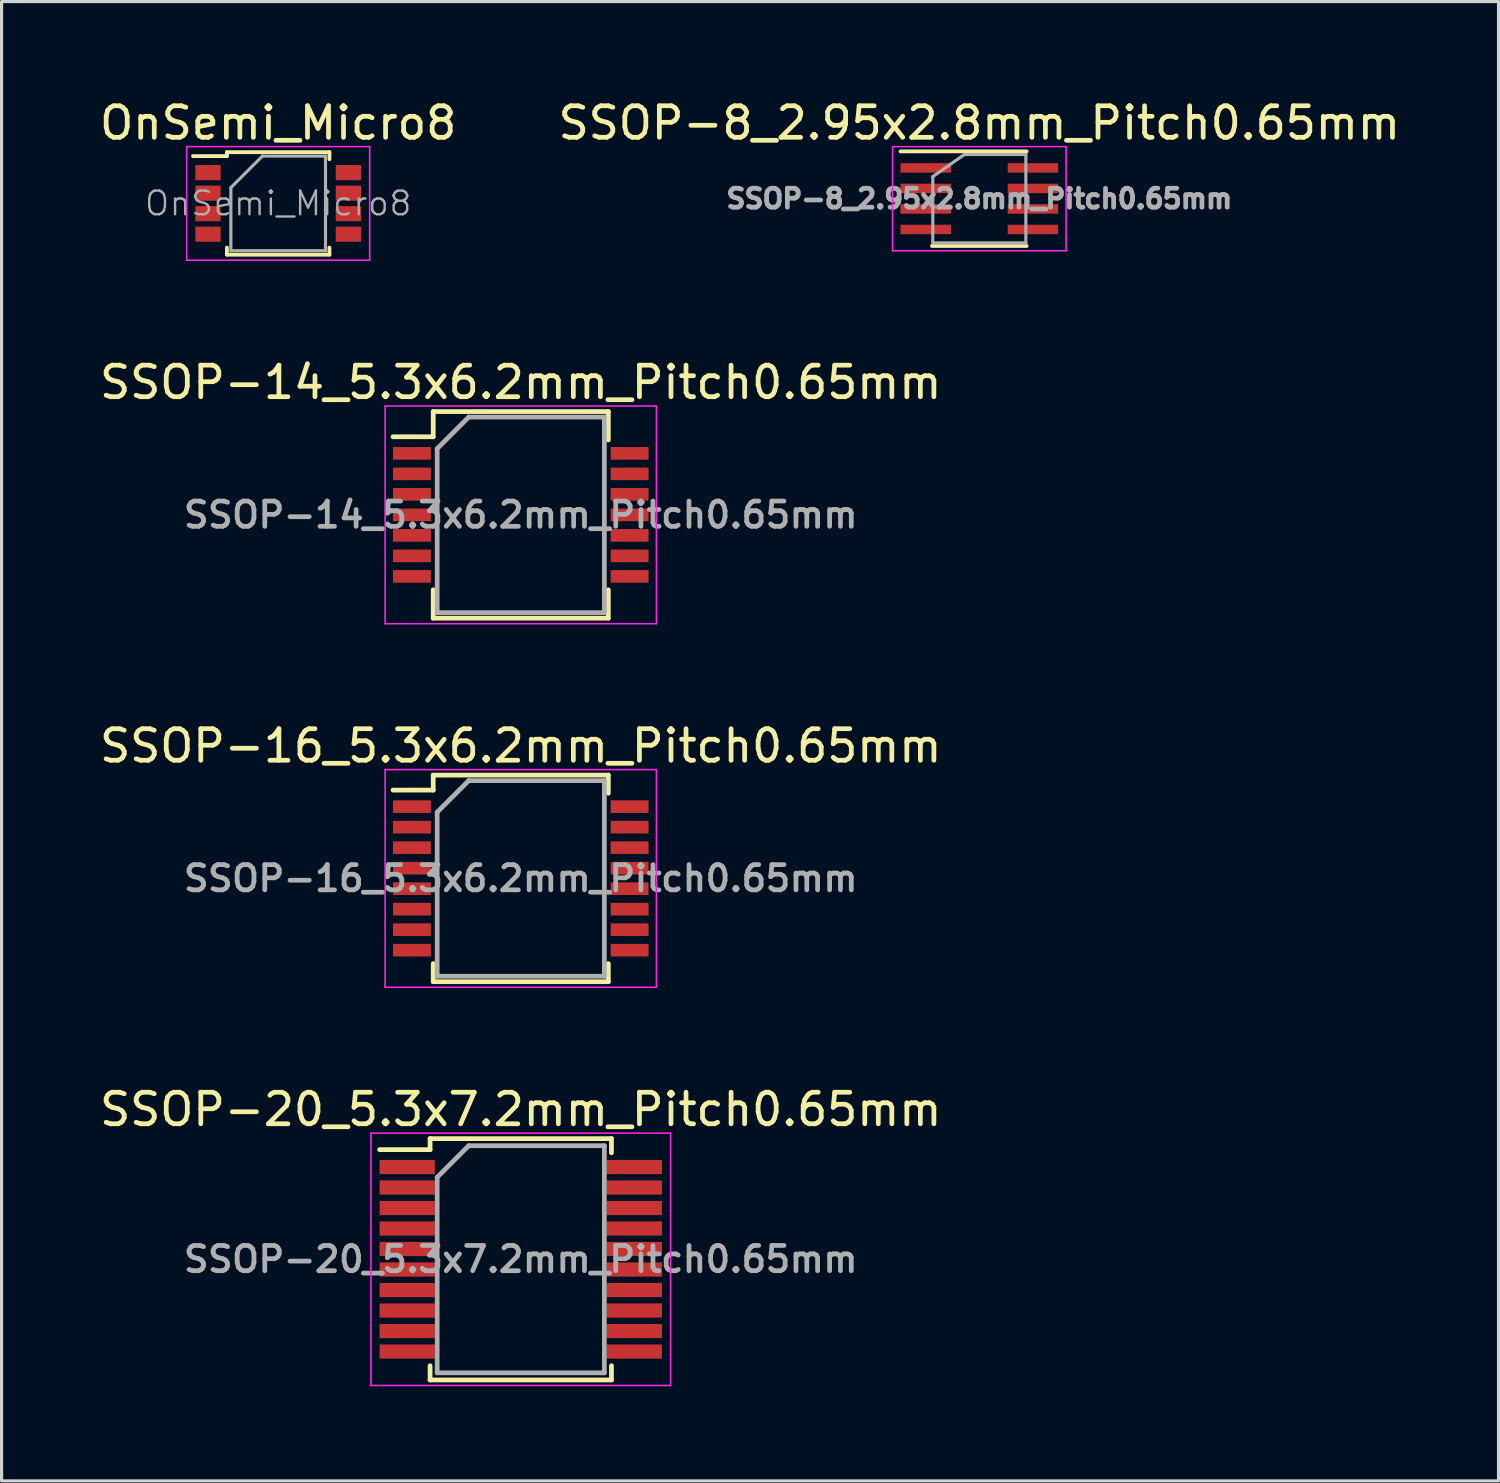
<source format=kicad_pcb>
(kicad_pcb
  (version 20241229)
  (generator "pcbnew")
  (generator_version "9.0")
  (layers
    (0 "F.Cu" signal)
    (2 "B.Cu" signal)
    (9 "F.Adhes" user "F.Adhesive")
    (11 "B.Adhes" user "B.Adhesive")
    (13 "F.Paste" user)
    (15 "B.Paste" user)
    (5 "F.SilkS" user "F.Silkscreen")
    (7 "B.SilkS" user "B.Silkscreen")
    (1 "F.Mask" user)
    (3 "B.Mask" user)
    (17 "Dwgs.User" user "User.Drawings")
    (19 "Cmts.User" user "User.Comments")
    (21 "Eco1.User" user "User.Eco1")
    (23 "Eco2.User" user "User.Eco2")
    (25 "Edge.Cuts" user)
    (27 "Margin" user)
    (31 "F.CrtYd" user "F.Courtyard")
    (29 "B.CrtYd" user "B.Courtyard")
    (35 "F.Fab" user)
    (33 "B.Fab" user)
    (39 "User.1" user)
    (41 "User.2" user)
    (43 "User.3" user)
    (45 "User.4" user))
  (footprint "SSOP-14_5.3x6.2mm_Pitch0.65mm"
    (layer "F.Cu")
    (at 13.458 13.271)
    (property "Reference" "SSOP-14_5.3x6.2mm_Pitch0.65mm" (at 0 -4.2 0) (layer "F.SilkS") (effects (font (size 1 1) (thickness 0.15))))
    (attr smd)
    (fp_line (start -2.775 -3.275) (end -2.775 -2.475) (stroke (width 0.15) (type solid)) (layer "F.SilkS"))
    (fp_line (start -2.775 -3.275) (end 2.775 -3.275) (stroke (width 0.15) (type solid)) (layer "F.SilkS"))
    (fp_line (start -2.775 -2.475) (end -4.05 -2.475) (stroke (width 0.15) (type solid)) (layer "F.SilkS"))
    (fp_line (start -2.775 3.275) (end -2.775 2.375) (stroke (width 0.15) (type solid)) (layer "F.SilkS"))
    (fp_line (start -2.775 3.275) (end 2.775 3.275) (stroke (width 0.15) (type solid)) (layer "F.SilkS"))
    (fp_line (start 2.775 -3.275) (end 2.775 -2.375) (stroke (width 0.15) (type solid)) (layer "F.SilkS"))
    (fp_line (start 2.775 3.275) (end 2.775 2.375) (stroke (width 0.15) (type solid)) (layer "F.SilkS"))
    (fp_line (start -4.3 -3.45) (end -4.3 3.45) (stroke (width 0.05) (type solid)) (layer "F.CrtYd"))
    (fp_line (start -4.3 -3.45) (end 4.3 -3.45) (stroke (width 0.05) (type solid)) (layer "F.CrtYd"))
    (fp_line (start -4.3 3.45) (end 4.3 3.45) (stroke (width 0.05) (type solid)) (layer "F.CrtYd"))
    (fp_line (start 4.3 -3.45) (end 4.3 3.45) (stroke (width 0.05) (type solid)) (layer "F.CrtYd"))
    (fp_line (start -2.65 -2.1) (end -1.65 -3.1) (stroke (width 0.15) (type solid)) (layer "F.Fab"))
    (fp_line (start -2.65 3.1) (end -2.65 -2.1) (stroke (width 0.15) (type solid)) (layer "F.Fab"))
    (fp_line (start -1.65 -3.1) (end 2.65 -3.1) (stroke (width 0.15) (type solid)) (layer "F.Fab"))
    (fp_line (start 2.65 -3.1) (end 2.65 3.1) (stroke (width 0.15) (type solid)) (layer "F.Fab"))
    (fp_line (start 2.65 3.1) (end -2.65 3.1) (stroke (width 0.15) (type solid)) (layer "F.Fab"))
    (fp_text user "${REFERENCE}" (at 0 0 0) (layer "F.Fab") (effects (font (size 0.8 0.8) (thickness 0.15))))
    (pad "1" smd rect (at -3.45 -1.95) (size 1.2 0.4) (layers "F.Cu" "F.Mask" "F.Paste"))
    (pad "2" smd rect (at -3.45 -1.3) (size 1.2 0.4) (layers "F.Cu" "F.Mask" "F.Paste"))
    (pad "3" smd rect (at -3.45 -0.65) (size 1.2 0.4) (layers "F.Cu" "F.Mask" "F.Paste"))
    (pad "4" smd rect (at -3.45 0) (size 1.2 0.4) (layers "F.Cu" "F.Mask" "F.Paste"))
    (pad "5" smd rect (at -3.45 0.65) (size 1.2 0.4) (layers "F.Cu" "F.Mask" "F.Paste"))
    (pad "6" smd rect (at -3.45 1.3) (size 1.2 0.4) (layers "F.Cu" "F.Mask" "F.Paste"))
    (pad "7" smd rect (at -3.45 1.95) (size 1.2 0.4) (layers "F.Cu" "F.Mask" "F.Paste"))
    (pad "8" smd rect (at 3.45 1.95) (size 1.2 0.4) (layers "F.Cu" "F.Mask" "F.Paste"))
    (pad "9" smd rect (at 3.45 1.3) (size 1.2 0.4) (layers "F.Cu" "F.Mask" "F.Paste"))
    (pad "10" smd rect (at 3.45 0.65) (size 1.2 0.4) (layers "F.Cu" "F.Mask" "F.Paste"))
    (pad "11" smd rect (at 3.45 0) (size 1.2 0.4) (layers "F.Cu" "F.Mask" "F.Paste"))
    (pad "12" smd rect (at 3.45 -0.65) (size 1.2 0.4) (layers "F.Cu" "F.Mask" "F.Paste"))
    (pad "13" smd rect (at 3.45 -1.3) (size 1.2 0.4) (layers "F.Cu" "F.Mask" "F.Paste"))
    (pad "14" smd rect (at 3.45 -1.95) (size 1.2 0.4) (layers "F.Cu" "F.Mask" "F.Paste")))
  (footprint "OnSemi_Micro8"
    (layer "F.Cu")
    (at 5.768 3.398)
    (property "Reference" "OnSemi_Micro8" (at 0 -2.55 0) (layer "F.SilkS") (effects (font (size 1 1) (thickness 0.15))))
    (attr smd)
    (fp_line (start -1.625 -1.625) (end -1.625 -1.5) (stroke (width 0.12) (type solid)) (layer "F.SilkS"))
    (fp_line (start -1.625 -1.625) (end 1.625 -1.625) (stroke (width 0.12) (type solid)) (layer "F.SilkS"))
    (fp_line (start -1.625 -1.5) (end -2.7 -1.5) (stroke (width 0.12) (type solid)) (layer "F.SilkS"))
    (fp_line (start -1.625 1.625) (end -1.625 1.4) (stroke (width 0.12) (type solid)) (layer "F.SilkS"))
    (fp_line (start -1.625 1.625) (end 1.625 1.625) (stroke (width 0.12) (type solid)) (layer "F.SilkS"))
    (fp_line (start 1.625 -1.625) (end 1.625 -1.4) (stroke (width 0.12) (type solid)) (layer "F.SilkS"))
    (fp_line (start 1.625 1.625) (end 1.625 1.4) (stroke (width 0.12) (type solid)) (layer "F.SilkS"))
    (fp_line (start -2.9 -1.8) (end -2.9 1.8) (stroke (width 0.05) (type solid)) (layer "F.CrtYd"))
    (fp_line (start -2.9 -1.8) (end 2.9 -1.8) (stroke (width 0.05) (type solid)) (layer "F.CrtYd"))
    (fp_line (start -2.9 1.8) (end 2.9 1.8) (stroke (width 0.05) (type solid)) (layer "F.CrtYd"))
    (fp_line (start 2.9 -1.8) (end 2.9 1.8) (stroke (width 0.05) (type solid)) (layer "F.CrtYd"))
    (fp_line (start -1.5 -0.5) (end -0.5 -1.5) (stroke (width 0.1) (type solid)) (layer "F.Fab"))
    (fp_line (start -1.5 1.5) (end -1.5 -0.5) (stroke (width 0.1) (type solid)) (layer "F.Fab"))
    (fp_line (start -0.5 -1.5) (end 1.5 -1.5) (stroke (width 0.1) (type solid)) (layer "F.Fab"))
    (fp_line (start 1.5 -1.5) (end 1.5 1.5) (stroke (width 0.1) (type solid)) (layer "F.Fab"))
    (fp_line (start 1.5 1.5) (end -1.5 1.5) (stroke (width 0.1) (type solid)) (layer "F.Fab"))
    (fp_text user "${REFERENCE}" (at 0 0 0) (layer "F.Fab") (effects (font (size 0.75 0.75) (thickness 0.075))))
    (pad "1" smd rect (at -2.225 -0.975) (size 0.8 0.48) (layers "F.Cu" "F.Mask" "F.Paste"))
    (pad "2" smd rect (at -2.225 -0.325) (size 0.8 0.48) (layers "F.Cu" "F.Mask" "F.Paste"))
    (pad "3" smd rect (at -2.225 0.325) (size 0.8 0.48) (layers "F.Cu" "F.Mask" "F.Paste"))
    (pad "4" smd rect (at -2.225 0.975) (size 0.8 0.48) (layers "F.Cu" "F.Mask" "F.Paste"))
    (pad "5" smd rect (at 2.225 0.975) (size 0.8 0.48) (layers "F.Cu" "F.Mask" "F.Paste"))
    (pad "6" smd rect (at 2.225 0.325) (size 0.8 0.48) (layers "F.Cu" "F.Mask" "F.Paste"))
    (pad "7" smd rect (at 2.225 -0.325) (size 0.8 0.48) (layers "F.Cu" "F.Mask" "F.Paste"))
    (pad "8" smd rect (at 2.225 -0.975) (size 0.8 0.48) (layers "F.Cu" "F.Mask" "F.Paste")))
  (footprint "SSOP-16_5.3x6.2mm_Pitch0.65mm"
    (layer "F.Cu")
    (at 13.458 24.795)
    (property "Reference" "SSOP-16_5.3x6.2mm_Pitch0.65mm" (at 0 -4.2 0) (layer "F.SilkS") (effects (font (size 1 1) (thickness 0.15))))
    (attr smd)
    (fp_line (start -2.775 -3.275) (end -2.775 -2.8) (stroke (width 0.15) (type solid)) (layer "F.SilkS"))
    (fp_line (start -2.775 -3.275) (end 2.775 -3.275) (stroke (width 0.15) (type solid)) (layer "F.SilkS"))
    (fp_line (start -2.775 -2.8) (end -4.05 -2.8) (stroke (width 0.15) (type solid)) (layer "F.SilkS"))
    (fp_line (start -2.775 3.275) (end -2.775 2.7) (stroke (width 0.15) (type solid)) (layer "F.SilkS"))
    (fp_line (start -2.775 3.275) (end 2.775 3.275) (stroke (width 0.15) (type solid)) (layer "F.SilkS"))
    (fp_line (start 2.775 -3.275) (end 2.775 -2.7) (stroke (width 0.15) (type solid)) (layer "F.SilkS"))
    (fp_line (start 2.775 3.275) (end 2.775 2.7) (stroke (width 0.15) (type solid)) (layer "F.SilkS"))
    (fp_line (start -4.3 -3.45) (end -4.3 3.45) (stroke (width 0.05) (type solid)) (layer "F.CrtYd"))
    (fp_line (start -4.3 -3.45) (end 4.3 -3.45) (stroke (width 0.05) (type solid)) (layer "F.CrtYd"))
    (fp_line (start -4.3 3.45) (end 4.3 3.45) (stroke (width 0.05) (type solid)) (layer "F.CrtYd"))
    (fp_line (start 4.3 -3.45) (end 4.3 3.45) (stroke (width 0.05) (type solid)) (layer "F.CrtYd"))
    (fp_line (start -2.65 -2.1) (end -1.65 -3.1) (stroke (width 0.15) (type solid)) (layer "F.Fab"))
    (fp_line (start -2.65 3.1) (end -2.65 -2.1) (stroke (width 0.15) (type solid)) (layer "F.Fab"))
    (fp_line (start -1.65 -3.1) (end 2.65 -3.1) (stroke (width 0.15) (type solid)) (layer "F.Fab"))
    (fp_line (start 2.65 -3.1) (end 2.65 3.1) (stroke (width 0.15) (type solid)) (layer "F.Fab"))
    (fp_line (start 2.65 3.1) (end -2.65 3.1) (stroke (width 0.15) (type solid)) (layer "F.Fab"))
    (fp_text user "${REFERENCE}" (at 0 0 0) (layer "F.Fab") (effects (font (size 0.8 0.8) (thickness 0.15))))
    (pad "1" smd rect (at -3.45 -2.275) (size 1.2 0.4) (layers "F.Cu" "F.Mask" "F.Paste"))
    (pad "2" smd rect (at -3.45 -1.625) (size 1.2 0.4) (layers "F.Cu" "F.Mask" "F.Paste"))
    (pad "3" smd rect (at -3.45 -0.975) (size 1.2 0.4) (layers "F.Cu" "F.Mask" "F.Paste"))
    (pad "4" smd rect (at -3.45 -0.325) (size 1.2 0.4) (layers "F.Cu" "F.Mask" "F.Paste"))
    (pad "5" smd rect (at -3.45 0.325) (size 1.2 0.4) (layers "F.Cu" "F.Mask" "F.Paste"))
    (pad "6" smd rect (at -3.45 0.975) (size 1.2 0.4) (layers "F.Cu" "F.Mask" "F.Paste"))
    (pad "7" smd rect (at -3.45 1.625) (size 1.2 0.4) (layers "F.Cu" "F.Mask" "F.Paste"))
    (pad "8" smd rect (at -3.45 2.275) (size 1.2 0.4) (layers "F.Cu" "F.Mask" "F.Paste"))
    (pad "9" smd rect (at 3.45 2.275) (size 1.2 0.4) (layers "F.Cu" "F.Mask" "F.Paste"))
    (pad "10" smd rect (at 3.45 1.625) (size 1.2 0.4) (layers "F.Cu" "F.Mask" "F.Paste"))
    (pad "11" smd rect (at 3.45 0.975) (size 1.2 0.4) (layers "F.Cu" "F.Mask" "F.Paste"))
    (pad "12" smd rect (at 3.45 0.325) (size 1.2 0.4) (layers "F.Cu" "F.Mask" "F.Paste"))
    (pad "13" smd rect (at 3.45 -0.325) (size 1.2 0.4) (layers "F.Cu" "F.Mask" "F.Paste"))
    (pad "14" smd rect (at 3.45 -0.975) (size 1.2 0.4) (layers "F.Cu" "F.Mask" "F.Paste"))
    (pad "15" smd rect (at 3.45 -1.625) (size 1.2 0.4) (layers "F.Cu" "F.Mask" "F.Paste"))
    (pad "16" smd rect (at 3.45 -2.275) (size 1.2 0.4) (layers "F.Cu" "F.Mask" "F.Paste")))
  (footprint "SSOP-8_2.95x2.8mm_Pitch0.65mm"
    (layer "F.Cu")
    (at 27.994 3.248)
    (property "Reference" "SSOP-8_2.95x2.8mm_Pitch0.65mm" (at 0 -2.4 0) (layer "F.SilkS") (effects (font (size 1 1) (thickness 0.15))))
    (attr smd)
    (fp_line (start 1.5 -1.5) (end -2.5 -1.5) (stroke (width 0.12) (type solid)) (layer "F.SilkS"))
    (fp_line (start 1.5 1.5) (end -1.5 1.5) (stroke (width 0.12) (type solid)) (layer "F.SilkS"))
    (fp_line (start -2.75 -1.65) (end 2.75 -1.65) (stroke (width 0.05) (type solid)) (layer "F.CrtYd"))
    (fp_line (start -2.75 1.65) (end -2.75 -1.65) (stroke (width 0.05) (type solid)) (layer "F.CrtYd"))
    (fp_line (start 2.75 -1.65) (end 2.75 1.65) (stroke (width 0.05) (type solid)) (layer "F.CrtYd"))
    (fp_line (start 2.75 1.65) (end -2.75 1.65) (stroke (width 0.05) (type solid)) (layer "F.CrtYd"))
    (fp_line (start -1.475 1.4) (end -1.475 -0.7) (stroke (width 0.1) (type solid)) (layer "F.Fab"))
    (fp_line (start -0.475 -1.4) (end -1.475 -0.7) (stroke (width 0.1) (type solid)) (layer "F.Fab"))
    (fp_line (start -0.475 -1.4) (end 1.475 -1.4) (stroke (width 0.1) (type solid)) (layer "F.Fab"))
    (fp_line (start 1.475 -1.4) (end 1.475 1.4) (stroke (width 0.1) (type solid)) (layer "F.Fab"))
    (fp_line (start 1.475 1.4) (end -1.475 1.4) (stroke (width 0.1) (type solid)) (layer "F.Fab"))
    (fp_text user "${REFERENCE}" (at 0 0 0) (layer "F.Fab") (effects (font (size 0.6 0.6) (thickness 0.15))))
    (pad "1" smd rect (at -1.7 -0.975 270) (size 0.3 1.6) (layers "F.Cu" "F.Mask" "F.Paste"))
    (pad "2" smd rect (at -1.7 -0.325 270) (size 0.3 1.6) (layers "F.Cu" "F.Mask" "F.Paste"))
    (pad "3" smd rect (at -1.7 0.325 270) (size 0.3 1.6) (layers "F.Cu" "F.Mask" "F.Paste"))
    (pad "4" smd rect (at -1.7 0.975 270) (size 0.3 1.6) (layers "F.Cu" "F.Mask" "F.Paste"))
    (pad "5" smd rect (at 1.7 0.975 270) (size 0.3 1.6) (layers "F.Cu" "F.Mask" "F.Paste"))
    (pad "6" smd rect (at 1.7 0.325 270) (size 0.3 1.6) (layers "F.Cu" "F.Mask" "F.Paste"))
    (pad "7" smd rect (at 1.7 -0.325 270) (size 0.3 1.6) (layers "F.Cu" "F.Mask" "F.Paste"))
    (pad "8" smd rect (at 1.7 -0.975 270) (size 0.3 1.6) (layers "F.Cu" "F.Mask" "F.Paste")))
  (footprint "SSOP-20_5.3x7.2mm_Pitch0.65mm"
    (layer "F.Cu")
    (at 13.458 36.868)
    (property "Reference" "SSOP-20_5.3x7.2mm_Pitch0.65mm" (at 0 -4.75 0) (layer "F.SilkS") (effects (font (size 1 1) (thickness 0.15))))
    (attr smd)
    (fp_line (start -2.875 -3.825) (end -2.875 -3.475) (stroke (width 0.15) (type solid)) (layer "F.SilkS"))
    (fp_line (start -2.875 -3.825) (end 2.875 -3.825) (stroke (width 0.15) (type solid)) (layer "F.SilkS"))
    (fp_line (start -2.875 -3.475) (end -4.475 -3.475) (stroke (width 0.15) (type solid)) (layer "F.SilkS"))
    (fp_line (start -2.875 3.825) (end -2.875 3.375) (stroke (width 0.15) (type solid)) (layer "F.SilkS"))
    (fp_line (start -2.875 3.825) (end 2.875 3.825) (stroke (width 0.15) (type solid)) (layer "F.SilkS"))
    (fp_line (start 2.875 -3.825) (end 2.875 -3.375) (stroke (width 0.15) (type solid)) (layer "F.SilkS"))
    (fp_line (start 2.875 3.825) (end 2.875 3.375) (stroke (width 0.15) (type solid)) (layer "F.SilkS"))
    (fp_line (start -4.75 -4) (end -4.75 4) (stroke (width 0.05) (type solid)) (layer "F.CrtYd"))
    (fp_line (start -4.75 -4) (end 4.75 -4) (stroke (width 0.05) (type solid)) (layer "F.CrtYd"))
    (fp_line (start -4.75 4) (end 4.75 4) (stroke (width 0.05) (type solid)) (layer "F.CrtYd"))
    (fp_line (start 4.75 -4) (end 4.75 4) (stroke (width 0.05) (type solid)) (layer "F.CrtYd"))
    (fp_line (start -2.65 -2.6) (end -1.65 -3.6) (stroke (width 0.15) (type solid)) (layer "F.Fab"))
    (fp_line (start -2.65 3.6) (end -2.65 -2.6) (stroke (width 0.15) (type solid)) (layer "F.Fab"))
    (fp_line (start -1.65 -3.6) (end 2.65 -3.6) (stroke (width 0.15) (type solid)) (layer "F.Fab"))
    (fp_line (start 2.65 -3.6) (end 2.65 3.6) (stroke (width 0.15) (type solid)) (layer "F.Fab"))
    (fp_line (start 2.65 3.6) (end -2.65 3.6) (stroke (width 0.15) (type solid)) (layer "F.Fab"))
    (fp_text user "${REFERENCE}" (at 0 0 0) (layer "F.Fab") (effects (font (size 0.8 0.8) (thickness 0.15))))
    (pad "1" smd rect (at -3.6 -2.925) (size 1.75 0.45) (layers "F.Cu" "F.Mask" "F.Paste"))
    (pad "2" smd rect (at -3.6 -2.275) (size 1.75 0.45) (layers "F.Cu" "F.Mask" "F.Paste"))
    (pad "3" smd rect (at -3.6 -1.625) (size 1.75 0.45) (layers "F.Cu" "F.Mask" "F.Paste"))
    (pad "4" smd rect (at -3.6 -0.975) (size 1.75 0.45) (layers "F.Cu" "F.Mask" "F.Paste"))
    (pad "5" smd rect (at -3.6 -0.325) (size 1.75 0.45) (layers "F.Cu" "F.Mask" "F.Paste"))
    (pad "6" smd rect (at -3.6 0.325) (size 1.75 0.45) (layers "F.Cu" "F.Mask" "F.Paste"))
    (pad "7" smd rect (at -3.6 0.975) (size 1.75 0.45) (layers "F.Cu" "F.Mask" "F.Paste"))
    (pad "8" smd rect (at -3.6 1.625) (size 1.75 0.45) (layers "F.Cu" "F.Mask" "F.Paste"))
    (pad "9" smd rect (at -3.6 2.275) (size 1.75 0.45) (layers "F.Cu" "F.Mask" "F.Paste"))
    (pad "10" smd rect (at -3.6 2.925) (size 1.75 0.45) (layers "F.Cu" "F.Mask" "F.Paste"))
    (pad "11" smd rect (at 3.6 2.925) (size 1.75 0.45) (layers "F.Cu" "F.Mask" "F.Paste"))
    (pad "12" smd rect (at 3.6 2.275) (size 1.75 0.45) (layers "F.Cu" "F.Mask" "F.Paste"))
    (pad "13" smd rect (at 3.6 1.625) (size 1.75 0.45) (layers "F.Cu" "F.Mask" "F.Paste"))
    (pad "14" smd rect (at 3.6 0.975) (size 1.75 0.45) (layers "F.Cu" "F.Mask" "F.Paste"))
    (pad "15" smd rect (at 3.6 0.325) (size 1.75 0.45) (layers "F.Cu" "F.Mask" "F.Paste"))
    (pad "16" smd rect (at 3.6 -0.325) (size 1.75 0.45) (layers "F.Cu" "F.Mask" "F.Paste"))
    (pad "17" smd rect (at 3.6 -0.975) (size 1.75 0.45) (layers "F.Cu" "F.Mask" "F.Paste"))
    (pad "18" smd rect (at 3.6 -1.625) (size 1.75 0.45) (layers "F.Cu" "F.Mask" "F.Paste"))
    (pad "19" smd rect (at 3.6 -2.275) (size 1.75 0.45) (layers "F.Cu" "F.Mask" "F.Paste"))
    (pad "20" smd rect (at 3.6 -2.925) (size 1.75 0.45) (layers "F.Cu" "F.Mask" "F.Paste")))
  (gr_rect
    (start -3 -3)
    (end 44.452 43.893)
    (stroke (width 0.1) (type default))
    (fill no)
    (layer "Edge.Cuts")))
</source>
